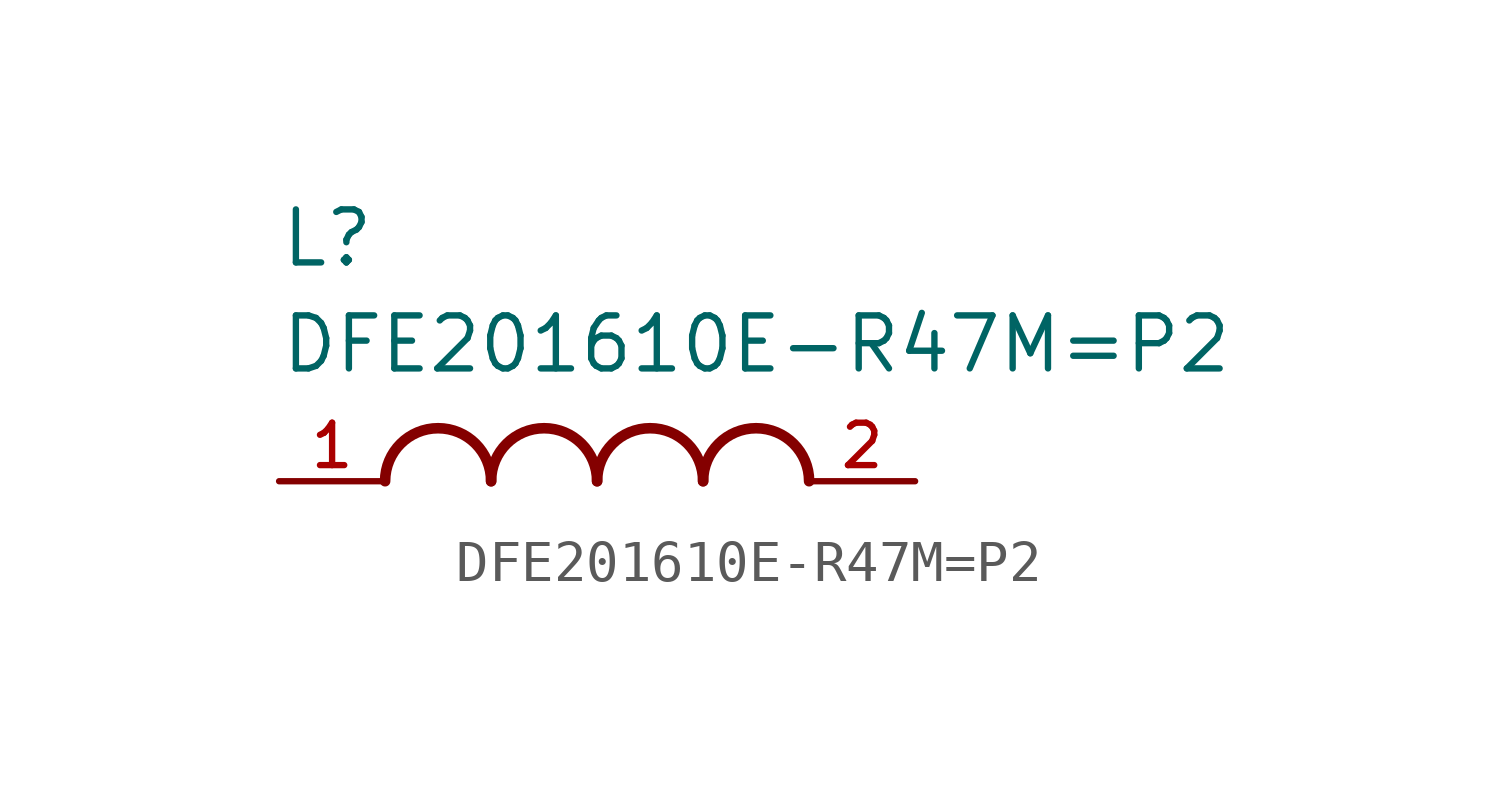
<source format=kicad_sym>
(kicad_symbol_lib
  (version 20211014)
  (generator kicad_symbol_editor)
  (symbol "DFE201610E-R47M=P2"
    (pin_names
      (offset 1.016))
    (property "Reference" "L"
      (at -7.62 5.08 0)
      (effects (font (size 1.27 1.27)) (justify bottom left)))
    (property "Value" "DFE201610E-R47M=P2"
      (at -7.62 2.54 0)
      (effects (font (size 1.27 1.27)) (justify bottom left)))
    (symbol "DFE201610E-R47M=P2_0_0"
      (arc (start -2.54 0.0) (mid -3.81 1.27) (end -5.08 0.0) (stroke (width 0.254) (type default) (color 0 0 0 0)) (fill (type none)))
      (arc (start 0.0 0.0) (mid -1.27 1.27) (end -2.54 0.0) (stroke (width 0.254) (type default) (color 0 0 0 0)) (fill (type none)))
      (arc (start 2.54 0.0) (mid 1.27 1.27) (end 0.0 0.0) (stroke (width 0.254) (type default) (color 0 0 0 0)) (fill (type none)))
      (arc (start 5.08 0.0) (mid 3.81 1.27) (end 2.54 0.0) (stroke (width 0.254) (type default) (color 0 0 0 0)) (fill (type none)))
      (pin passive line (at -7.62 0.0 0) (length 2.54) (name "~" (effects (font (size 1.016 1.016)))) (number "1" (effects (font (size 1.016 1.016)))))
      (pin passive line (at 7.62 0.0 180.0) (length 2.54) (name "~" (effects (font (size 1.016 1.016)))) (number "2" (effects (font (size 1.016 1.016))))))))
</source>
